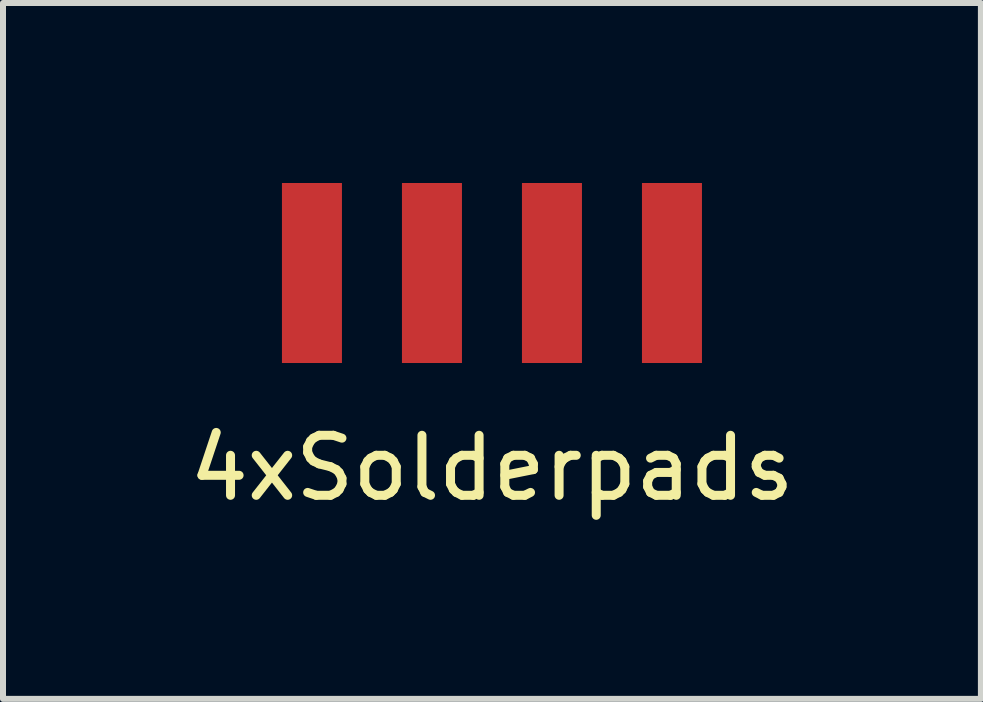
<source format=kicad_pcb>
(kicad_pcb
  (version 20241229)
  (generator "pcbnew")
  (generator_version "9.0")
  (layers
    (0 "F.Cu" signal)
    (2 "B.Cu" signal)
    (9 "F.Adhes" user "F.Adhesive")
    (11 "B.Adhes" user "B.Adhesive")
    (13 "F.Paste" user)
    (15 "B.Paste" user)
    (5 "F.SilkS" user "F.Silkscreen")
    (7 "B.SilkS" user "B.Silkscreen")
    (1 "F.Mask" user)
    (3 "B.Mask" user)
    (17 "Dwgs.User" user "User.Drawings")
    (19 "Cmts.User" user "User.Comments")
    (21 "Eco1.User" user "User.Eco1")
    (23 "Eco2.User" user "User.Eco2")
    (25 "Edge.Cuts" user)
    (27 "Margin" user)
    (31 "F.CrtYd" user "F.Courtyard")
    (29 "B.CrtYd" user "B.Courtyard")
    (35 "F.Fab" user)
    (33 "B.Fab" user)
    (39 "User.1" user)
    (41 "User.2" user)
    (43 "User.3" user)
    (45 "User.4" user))
  (footprint "4xSolderpads"
    (layer "F.Cu")
    (at 5.149 1.5)
    (property "Reference" "4xSolderpads" (at 0 3.25 0) (layer "F.SilkS") (effects (font (size 1 1) (thickness 0.15))))
    (attr through_hole)
    (pad "1" smd rect (at -3 0) (size 1 3) (layers "F.Cu" "F.Mask" "F.Paste"))
    (pad "2" smd rect (at -1 0) (size 1 3) (layers "F.Cu" "F.Mask" "F.Paste"))
    (pad "3" smd rect (at 1 0) (size 1 3) (layers "F.Cu" "F.Mask" "F.Paste"))
    (pad "4" smd rect (at 3 0) (size 1 3) (layers "F.Cu" "F.Mask" "F.Paste")))
  (gr_rect
    (start -3 -3)
    (end 13.298 8.598)
    (stroke (width 0.1) (type default))
    (fill no)
    (layer "Edge.Cuts")))
</source>
